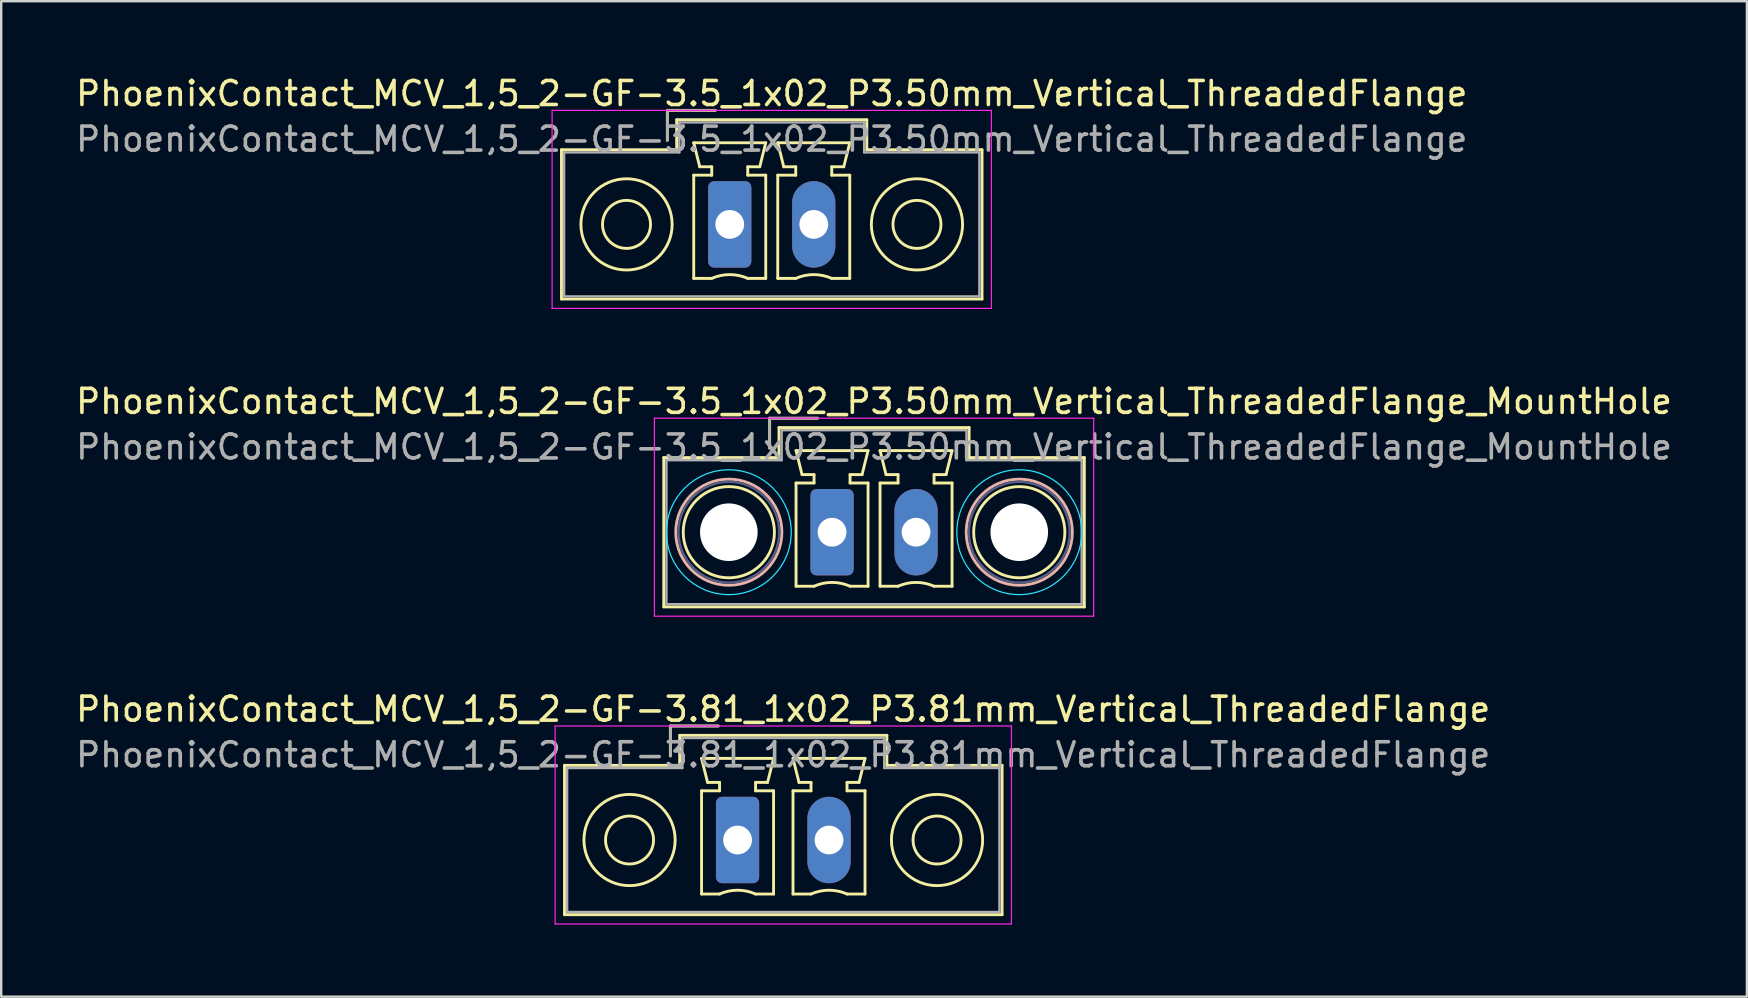
<source format=kicad_pcb>
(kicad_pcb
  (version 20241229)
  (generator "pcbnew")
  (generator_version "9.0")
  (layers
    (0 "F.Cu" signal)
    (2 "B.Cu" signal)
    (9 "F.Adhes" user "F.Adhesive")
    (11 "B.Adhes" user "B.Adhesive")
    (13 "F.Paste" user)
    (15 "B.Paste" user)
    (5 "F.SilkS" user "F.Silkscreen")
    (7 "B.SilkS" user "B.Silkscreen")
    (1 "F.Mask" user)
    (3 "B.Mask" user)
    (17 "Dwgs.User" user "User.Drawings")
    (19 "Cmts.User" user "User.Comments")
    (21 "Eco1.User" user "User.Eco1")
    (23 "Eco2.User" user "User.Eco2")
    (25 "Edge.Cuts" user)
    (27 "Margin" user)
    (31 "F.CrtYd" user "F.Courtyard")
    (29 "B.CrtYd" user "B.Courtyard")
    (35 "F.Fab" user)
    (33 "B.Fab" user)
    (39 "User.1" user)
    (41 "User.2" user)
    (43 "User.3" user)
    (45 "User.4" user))
  (footprint "PhoenixContact_MCV_1,5_2-GF-3.5_1x02_P3.50mm_Vertical_ThreadedFlange_MountHole"
    (layer "F.Cu")
    (at 31.613 19.122)
    (property "Reference" "PhoenixContact_MCV_1,5_2-GF-3.5_1x02_P3.50mm_Vertical_ThreadedFlange_MountHole" (at 1.75 -5.45 0) (layer "F.SilkS") (effects (font (size 1 1) (thickness 0.15))))
    (attr through_hole)
    (fp_line (start -7.01 -3.11) (end -7.01 3.11) (stroke (width 0.12) (type solid)) (layer "F.SilkS"))
    (fp_line (start -7.01 3.11) (end 10.51 3.11) (stroke (width 0.12) (type solid)) (layer "F.SilkS"))
    (fp_line (start -2.6 -4.75) (end -0.6 -4.75) (stroke (width 0.12) (type solid)) (layer "F.SilkS"))
    (fp_line (start -2.6 -3.5) (end -2.6 -4.75) (stroke (width 0.12) (type solid)) (layer "F.SilkS"))
    (fp_line (start -2.21 -4.36) (end -2.21 -3.11) (stroke (width 0.12) (type solid)) (layer "F.SilkS"))
    (fp_line (start -2.21 -3.11) (end -7.01 -3.11) (stroke (width 0.12) (type solid)) (layer "F.SilkS"))
    (fp_line (start -1.5 -3.4) (end 1.5 -3.4) (stroke (width 0.12) (type solid)) (layer "F.SilkS"))
    (fp_line (start -1.5 -2.05) (end -0.75 -2.05) (stroke (width 0.12) (type solid)) (layer "F.SilkS"))
    (fp_line (start -1.5 2.25) (end -1.5 -2.05) (stroke (width 0.12) (type solid)) (layer "F.SilkS"))
    (fp_line (start -1.25 -2.4) (end -1.5 -3.4) (stroke (width 0.12) (type solid)) (layer "F.SilkS"))
    (fp_line (start -0.75 -2.4) (end -1.25 -2.4) (stroke (width 0.12) (type solid)) (layer "F.SilkS"))
    (fp_line (start -0.75 -2.05) (end -0.75 -2.4) (stroke (width 0.12) (type solid)) (layer "F.SilkS"))
    (fp_line (start -0.75 2.25) (end -1.5 2.25) (stroke (width 0.12) (type solid)) (layer "F.SilkS"))
    (fp_line (start 0.75 -2.4) (end 0.75 -2.05) (stroke (width 0.12) (type solid)) (layer "F.SilkS"))
    (fp_line (start 0.75 -2.05) (end 1.5 -2.05) (stroke (width 0.12) (type solid)) (layer "F.SilkS"))
    (fp_line (start 1.25 -2.4) (end 0.75 -2.4) (stroke (width 0.12) (type solid)) (layer "F.SilkS"))
    (fp_line (start 1.5 -3.4) (end 1.25 -2.4) (stroke (width 0.12) (type solid)) (layer "F.SilkS"))
    (fp_line (start 1.5 -2.05) (end 1.5 2.25) (stroke (width 0.12) (type solid)) (layer "F.SilkS"))
    (fp_line (start 1.5 2.25) (end 0.75 2.25) (stroke (width 0.12) (type solid)) (layer "F.SilkS"))
    (fp_line (start 2 -3.4) (end 5 -3.4) (stroke (width 0.12) (type solid)) (layer "F.SilkS"))
    (fp_line (start 2 -2.05) (end 2.75 -2.05) (stroke (width 0.12) (type solid)) (layer "F.SilkS"))
    (fp_line (start 2 2.25) (end 2 -2.05) (stroke (width 0.12) (type solid)) (layer "F.SilkS"))
    (fp_line (start 2.25 -2.4) (end 2 -3.4) (stroke (width 0.12) (type solid)) (layer "F.SilkS"))
    (fp_line (start 2.75 -2.4) (end 2.25 -2.4) (stroke (width 0.12) (type solid)) (layer "F.SilkS"))
    (fp_line (start 2.75 -2.05) (end 2.75 -2.4) (stroke (width 0.12) (type solid)) (layer "F.SilkS"))
    (fp_line (start 2.75 2.25) (end 2 2.25) (stroke (width 0.12) (type solid)) (layer "F.SilkS"))
    (fp_line (start 4.25 -2.4) (end 4.25 -2.05) (stroke (width 0.12) (type solid)) (layer "F.SilkS"))
    (fp_line (start 4.25 -2.05) (end 5 -2.05) (stroke (width 0.12) (type solid)) (layer "F.SilkS"))
    (fp_line (start 4.75 -2.4) (end 4.25 -2.4) (stroke (width 0.12) (type solid)) (layer "F.SilkS"))
    (fp_line (start 5 -3.4) (end 4.75 -2.4) (stroke (width 0.12) (type solid)) (layer "F.SilkS"))
    (fp_line (start 5 -2.05) (end 5 2.25) (stroke (width 0.12) (type solid)) (layer "F.SilkS"))
    (fp_line (start 5 2.25) (end 4.25 2.25) (stroke (width 0.12) (type solid)) (layer "F.SilkS"))
    (fp_line (start 5.71 -4.36) (end -2.21 -4.36) (stroke (width 0.12) (type solid)) (layer "F.SilkS"))
    (fp_line (start 5.71 -3.11) (end 5.71 -4.36) (stroke (width 0.12) (type solid)) (layer "F.SilkS"))
    (fp_line (start 10.51 -3.11) (end 5.71 -3.11) (stroke (width 0.12) (type solid)) (layer "F.SilkS"))
    (fp_line (start 10.51 3.11) (end 10.51 -3.11) (stroke (width 0.12) (type solid)) (layer "F.SilkS"))
    (fp_arc (start -0.75 2.25) (mid -0.000193 2.09191) (end 0.749647 2.249844) (stroke (width 0.12) (type solid)) (layer "F.SilkS"))
    (fp_arc (start 2.75 2.25) (mid 3.499807 2.09191) (end 4.249647 2.249844) (stroke (width 0.12) (type solid)) (layer "F.SilkS"))
    (fp_circle (center -4.3 0) (end -2.4 0) (stroke (width 0.12) (type solid)) (fill no) (layer "F.SilkS"))
    (fp_circle (center 7.8 0) (end 9.7 0) (stroke (width 0.12) (type solid)) (fill no) (layer "F.SilkS"))
    (fp_circle (center -4.3 0) (end -2.09 0) (stroke (width 0.12) (type solid)) (fill no) (layer "B.SilkS"))
    (fp_circle (center 7.8 0) (end 10.01 0) (stroke (width 0.12) (type solid)) (fill no) (layer "B.SilkS"))
    (fp_circle (center -4.3 0) (end -1.7 0) (stroke (width 0.05) (type solid)) (fill no) (layer "B.CrtYd"))
    (fp_circle (center 7.8 0) (end 10.4 0) (stroke (width 0.05) (type solid)) (fill no) (layer "B.CrtYd"))
    (fp_line (start -7.4 -4.75) (end -7.4 3.5) (stroke (width 0.05) (type solid)) (layer "F.CrtYd"))
    (fp_line (start -7.4 3.5) (end 10.9 3.5) (stroke (width 0.05) (type solid)) (layer "F.CrtYd"))
    (fp_line (start 10.9 -4.75) (end -7.4 -4.75) (stroke (width 0.05) (type solid)) (layer "F.CrtYd"))
    (fp_line (start 10.9 3.5) (end 10.9 -4.75) (stroke (width 0.05) (type solid)) (layer "F.CrtYd"))
    (fp_circle (center -4.3 0) (end -2.2 0) (stroke (width 0.1) (type solid)) (fill no) (layer "B.Fab"))
    (fp_circle (center 7.8 0) (end 9.9 0) (stroke (width 0.1) (type solid)) (fill no) (layer "B.Fab"))
    (fp_line (start -6.9 -3) (end -6.9 3) (stroke (width 0.1) (type solid)) (layer "F.Fab"))
    (fp_line (start -6.9 3) (end 10.4 3) (stroke (width 0.1) (type solid)) (layer "F.Fab"))
    (fp_line (start -2.6 -4.75) (end -0.6 -4.75) (stroke (width 0.1) (type solid)) (layer "F.Fab"))
    (fp_line (start -2.6 -3.5) (end -2.6 -4.75) (stroke (width 0.1) (type solid)) (layer "F.Fab"))
    (fp_line (start -2.1 -4.25) (end -2.1 -3) (stroke (width 0.1) (type solid)) (layer "F.Fab"))
    (fp_line (start -2.1 -3) (end -6.9 -3) (stroke (width 0.1) (type solid)) (layer "F.Fab"))
    (fp_line (start 5.6 -4.25) (end -2.1 -4.25) (stroke (width 0.1) (type solid)) (layer "F.Fab"))
    (fp_line (start 5.6 -3) (end 5.6 -4.25) (stroke (width 0.1) (type solid)) (layer "F.Fab"))
    (fp_line (start 10.4 -3) (end 5.6 -3) (stroke (width 0.1) (type solid)) (layer "F.Fab"))
    (fp_line (start 10.4 3) (end 10.4 -3) (stroke (width 0.1) (type solid)) (layer "F.Fab"))
    (fp_text user "${REFERENCE}" (at 1.75 -3.55 0) (layer "F.Fab") (effects (font (size 1 1) (thickness 0.15))))
    (pad "" np_thru_hole circle (at -4.3 0) (size 2.4 2.4) (drill 2.4) (layers "*.Cu" "*.Mask"))
    (pad "" np_thru_hole circle (at 7.8 0) (size 2.4 2.4) (drill 2.4) (layers "*.Cu" "*.Mask"))
    (pad "1" thru_hole roundrect (at 0 0) (size 1.8 3.6) (drill 1.2) (layers "*.Cu" "*.Mask") (roundrect_rratio 0.139))
    (pad "2" thru_hole oval (at 3.5 0) (size 1.8 3.6) (drill 1.2) (layers "*.Cu" "*.Mask")))
  (footprint "PhoenixContact_MCV_1,5_2-GF-3.81_1x02_P3.81mm_Vertical_ThreadedFlange"
    (layer "F.Cu")
    (at 27.677 31.945)
    (property "Reference" "PhoenixContact_MCV_1,5_2-GF-3.81_1x02_P3.81mm_Vertical_ThreadedFlange" (at 1.9 -5.45 0) (layer "F.SilkS") (effects (font (size 1 1) (thickness 0.15))))
    (attr through_hole)
    (fp_line (start -7.21 -3.11) (end -7.21 3.11) (stroke (width 0.12) (type solid)) (layer "F.SilkS"))
    (fp_line (start -7.21 3.11) (end 11.02 3.11) (stroke (width 0.12) (type solid)) (layer "F.SilkS"))
    (fp_line (start -2.8 -4.75) (end -0.8 -4.75) (stroke (width 0.12) (type solid)) (layer "F.SilkS"))
    (fp_line (start -2.8 -3.5) (end -2.8 -4.75) (stroke (width 0.12) (type solid)) (layer "F.SilkS"))
    (fp_line (start -2.41 -4.36) (end -2.41 -3.11) (stroke (width 0.12) (type solid)) (layer "F.SilkS"))
    (fp_line (start -2.41 -3.11) (end -7.21 -3.11) (stroke (width 0.12) (type solid)) (layer "F.SilkS"))
    (fp_line (start -1.5 -3.4) (end 1.5 -3.4) (stroke (width 0.12) (type solid)) (layer "F.SilkS"))
    (fp_line (start -1.5 -2.05) (end -0.75 -2.05) (stroke (width 0.12) (type solid)) (layer "F.SilkS"))
    (fp_line (start -1.5 2.25) (end -1.5 -2.05) (stroke (width 0.12) (type solid)) (layer "F.SilkS"))
    (fp_line (start -1.25 -2.4) (end -1.5 -3.4) (stroke (width 0.12) (type solid)) (layer "F.SilkS"))
    (fp_line (start -0.75 -2.4) (end -1.25 -2.4) (stroke (width 0.12) (type solid)) (layer "F.SilkS"))
    (fp_line (start -0.75 -2.05) (end -0.75 -2.4) (stroke (width 0.12) (type solid)) (layer "F.SilkS"))
    (fp_line (start -0.75 2.25) (end -1.5 2.25) (stroke (width 0.12) (type solid)) (layer "F.SilkS"))
    (fp_line (start 0.75 -2.4) (end 0.75 -2.05) (stroke (width 0.12) (type solid)) (layer "F.SilkS"))
    (fp_line (start 0.75 -2.05) (end 1.5 -2.05) (stroke (width 0.12) (type solid)) (layer "F.SilkS"))
    (fp_line (start 1.25 -2.4) (end 0.75 -2.4) (stroke (width 0.12) (type solid)) (layer "F.SilkS"))
    (fp_line (start 1.5 -3.4) (end 1.25 -2.4) (stroke (width 0.12) (type solid)) (layer "F.SilkS"))
    (fp_line (start 1.5 -2.05) (end 1.5 2.25) (stroke (width 0.12) (type solid)) (layer "F.SilkS"))
    (fp_line (start 1.5 2.25) (end 0.75 2.25) (stroke (width 0.12) (type solid)) (layer "F.SilkS"))
    (fp_line (start 2.31 -3.4) (end 5.31 -3.4) (stroke (width 0.12) (type solid)) (layer "F.SilkS"))
    (fp_line (start 2.31 -2.05) (end 3.06 -2.05) (stroke (width 0.12) (type solid)) (layer "F.SilkS"))
    (fp_line (start 2.31 2.25) (end 2.31 -2.05) (stroke (width 0.12) (type solid)) (layer "F.SilkS"))
    (fp_line (start 2.56 -2.4) (end 2.31 -3.4) (stroke (width 0.12) (type solid)) (layer "F.SilkS"))
    (fp_line (start 3.06 -2.4) (end 2.56 -2.4) (stroke (width 0.12) (type solid)) (layer "F.SilkS"))
    (fp_line (start 3.06 -2.05) (end 3.06 -2.4) (stroke (width 0.12) (type solid)) (layer "F.SilkS"))
    (fp_line (start 3.06 2.25) (end 2.31 2.25) (stroke (width 0.12) (type solid)) (layer "F.SilkS"))
    (fp_line (start 4.56 -2.4) (end 4.56 -2.05) (stroke (width 0.12) (type solid)) (layer "F.SilkS"))
    (fp_line (start 4.56 -2.05) (end 5.31 -2.05) (stroke (width 0.12) (type solid)) (layer "F.SilkS"))
    (fp_line (start 5.06 -2.4) (end 4.56 -2.4) (stroke (width 0.12) (type solid)) (layer "F.SilkS"))
    (fp_line (start 5.31 -3.4) (end 5.06 -2.4) (stroke (width 0.12) (type solid)) (layer "F.SilkS"))
    (fp_line (start 5.31 -2.05) (end 5.31 2.25) (stroke (width 0.12) (type solid)) (layer "F.SilkS"))
    (fp_line (start 5.31 2.25) (end 4.56 2.25) (stroke (width 0.12) (type solid)) (layer "F.SilkS"))
    (fp_line (start 6.22 -4.36) (end -2.41 -4.36) (stroke (width 0.12) (type solid)) (layer "F.SilkS"))
    (fp_line (start 6.22 -3.11) (end 6.22 -4.36) (stroke (width 0.12) (type solid)) (layer "F.SilkS"))
    (fp_line (start 11.02 -3.11) (end 6.22 -3.11) (stroke (width 0.12) (type solid)) (layer "F.SilkS"))
    (fp_line (start 11.02 3.11) (end 11.02 -3.11) (stroke (width 0.12) (type solid)) (layer "F.SilkS"))
    (fp_arc (start -0.75 2.25) (mid -0.000193 2.09191) (end 0.749647 2.249844) (stroke (width 0.12) (type solid)) (layer "F.SilkS"))
    (fp_arc (start 3.06 2.25) (mid 3.809807 2.09191) (end 4.559647 2.249844) (stroke (width 0.12) (type solid)) (layer "F.SilkS"))
    (fp_circle (center -4.5 0) (end -3.5 0) (stroke (width 0.12) (type solid)) (fill no) (layer "F.SilkS"))
    (fp_circle (center -4.5 0) (end -2.6 0) (stroke (width 0.12) (type solid)) (fill no) (layer "F.SilkS"))
    (fp_circle (center 8.31 0) (end 9.31 0) (stroke (width 0.12) (type solid)) (fill no) (layer "F.SilkS"))
    (fp_circle (center 8.31 0) (end 10.21 0) (stroke (width 0.12) (type solid)) (fill no) (layer "F.SilkS"))
    (fp_line (start -7.6 -4.75) (end -7.6 3.5) (stroke (width 0.05) (type solid)) (layer "F.CrtYd"))
    (fp_line (start -7.6 3.5) (end 11.41 3.5) (stroke (width 0.05) (type solid)) (layer "F.CrtYd"))
    (fp_line (start 11.41 -4.75) (end -7.6 -4.75) (stroke (width 0.05) (type solid)) (layer "F.CrtYd"))
    (fp_line (start 11.41 3.5) (end 11.41 -4.75) (stroke (width 0.05) (type solid)) (layer "F.CrtYd"))
    (fp_line (start -7.1 -3) (end -7.1 3) (stroke (width 0.1) (type solid)) (layer "F.Fab"))
    (fp_line (start -7.1 3) (end 10.91 3) (stroke (width 0.1) (type solid)) (layer "F.Fab"))
    (fp_line (start -2.8 -4.75) (end -0.8 -4.75) (stroke (width 0.1) (type solid)) (layer "F.Fab"))
    (fp_line (start -2.8 -3.5) (end -2.8 -4.75) (stroke (width 0.1) (type solid)) (layer "F.Fab"))
    (fp_line (start -2.3 -4.25) (end -2.3 -3) (stroke (width 0.1) (type solid)) (layer "F.Fab"))
    (fp_line (start -2.3 -3) (end -7.1 -3) (stroke (width 0.1) (type solid)) (layer "F.Fab"))
    (fp_line (start 6.11 -4.25) (end -2.3 -4.25) (stroke (width 0.1) (type solid)) (layer "F.Fab"))
    (fp_line (start 6.11 -3) (end 6.11 -4.25) (stroke (width 0.1) (type solid)) (layer "F.Fab"))
    (fp_line (start 10.91 -3) (end 6.11 -3) (stroke (width 0.1) (type solid)) (layer "F.Fab"))
    (fp_line (start 10.91 3) (end 10.91 -3) (stroke (width 0.1) (type solid)) (layer "F.Fab"))
    (fp_text user "${REFERENCE}" (at 1.9 -3.55 0) (layer "F.Fab") (effects (font (size 1 1) (thickness 0.15))))
    (pad "1" thru_hole roundrect (at 0 0) (size 1.8 3.6) (drill 1.2) (layers "*.Cu" "*.Mask") (roundrect_rratio 0.139))
    (pad "2" thru_hole oval (at 3.81 0) (size 1.8 3.6) (drill 1.2) (layers "*.Cu" "*.Mask")))
  (footprint "PhoenixContact_MCV_1,5_2-GF-3.5_1x02_P3.50mm_Vertical_ThreadedFlange"
    (layer "F.Cu")
    (at 27.351 6.298)
    (property "Reference" "PhoenixContact_MCV_1,5_2-GF-3.5_1x02_P3.50mm_Vertical_ThreadedFlange" (at 1.75 -5.45 0) (layer "F.SilkS") (effects (font (size 1 1) (thickness 0.15))))
    (attr through_hole)
    (fp_line (start -7.01 -3.11) (end -7.01 3.11) (stroke (width 0.12) (type solid)) (layer "F.SilkS"))
    (fp_line (start -7.01 3.11) (end 10.51 3.11) (stroke (width 0.12) (type solid)) (layer "F.SilkS"))
    (fp_line (start -2.6 -4.75) (end -0.6 -4.75) (stroke (width 0.12) (type solid)) (layer "F.SilkS"))
    (fp_line (start -2.6 -3.5) (end -2.6 -4.75) (stroke (width 0.12) (type solid)) (layer "F.SilkS"))
    (fp_line (start -2.21 -4.36) (end -2.21 -3.11) (stroke (width 0.12) (type solid)) (layer "F.SilkS"))
    (fp_line (start -2.21 -3.11) (end -7.01 -3.11) (stroke (width 0.12) (type solid)) (layer "F.SilkS"))
    (fp_line (start -1.5 -3.4) (end 1.5 -3.4) (stroke (width 0.12) (type solid)) (layer "F.SilkS"))
    (fp_line (start -1.5 -2.05) (end -0.75 -2.05) (stroke (width 0.12) (type solid)) (layer "F.SilkS"))
    (fp_line (start -1.5 2.25) (end -1.5 -2.05) (stroke (width 0.12) (type solid)) (layer "F.SilkS"))
    (fp_line (start -1.25 -2.4) (end -1.5 -3.4) (stroke (width 0.12) (type solid)) (layer "F.SilkS"))
    (fp_line (start -0.75 -2.4) (end -1.25 -2.4) (stroke (width 0.12) (type solid)) (layer "F.SilkS"))
    (fp_line (start -0.75 -2.05) (end -0.75 -2.4) (stroke (width 0.12) (type solid)) (layer "F.SilkS"))
    (fp_line (start -0.75 2.25) (end -1.5 2.25) (stroke (width 0.12) (type solid)) (layer "F.SilkS"))
    (fp_line (start 0.75 -2.4) (end 0.75 -2.05) (stroke (width 0.12) (type solid)) (layer "F.SilkS"))
    (fp_line (start 0.75 -2.05) (end 1.5 -2.05) (stroke (width 0.12) (type solid)) (layer "F.SilkS"))
    (fp_line (start 1.25 -2.4) (end 0.75 -2.4) (stroke (width 0.12) (type solid)) (layer "F.SilkS"))
    (fp_line (start 1.5 -3.4) (end 1.25 -2.4) (stroke (width 0.12) (type solid)) (layer "F.SilkS"))
    (fp_line (start 1.5 -2.05) (end 1.5 2.25) (stroke (width 0.12) (type solid)) (layer "F.SilkS"))
    (fp_line (start 1.5 2.25) (end 0.75 2.25) (stroke (width 0.12) (type solid)) (layer "F.SilkS"))
    (fp_line (start 2 -3.4) (end 5 -3.4) (stroke (width 0.12) (type solid)) (layer "F.SilkS"))
    (fp_line (start 2 -2.05) (end 2.75 -2.05) (stroke (width 0.12) (type solid)) (layer "F.SilkS"))
    (fp_line (start 2 2.25) (end 2 -2.05) (stroke (width 0.12) (type solid)) (layer "F.SilkS"))
    (fp_line (start 2.25 -2.4) (end 2 -3.4) (stroke (width 0.12) (type solid)) (layer "F.SilkS"))
    (fp_line (start 2.75 -2.4) (end 2.25 -2.4) (stroke (width 0.12) (type solid)) (layer "F.SilkS"))
    (fp_line (start 2.75 -2.05) (end 2.75 -2.4) (stroke (width 0.12) (type solid)) (layer "F.SilkS"))
    (fp_line (start 2.75 2.25) (end 2 2.25) (stroke (width 0.12) (type solid)) (layer "F.SilkS"))
    (fp_line (start 4.25 -2.4) (end 4.25 -2.05) (stroke (width 0.12) (type solid)) (layer "F.SilkS"))
    (fp_line (start 4.25 -2.05) (end 5 -2.05) (stroke (width 0.12) (type solid)) (layer "F.SilkS"))
    (fp_line (start 4.75 -2.4) (end 4.25 -2.4) (stroke (width 0.12) (type solid)) (layer "F.SilkS"))
    (fp_line (start 5 -3.4) (end 4.75 -2.4) (stroke (width 0.12) (type solid)) (layer "F.SilkS"))
    (fp_line (start 5 -2.05) (end 5 2.25) (stroke (width 0.12) (type solid)) (layer "F.SilkS"))
    (fp_line (start 5 2.25) (end 4.25 2.25) (stroke (width 0.12) (type solid)) (layer "F.SilkS"))
    (fp_line (start 5.71 -4.36) (end -2.21 -4.36) (stroke (width 0.12) (type solid)) (layer "F.SilkS"))
    (fp_line (start 5.71 -3.11) (end 5.71 -4.36) (stroke (width 0.12) (type solid)) (layer "F.SilkS"))
    (fp_line (start 10.51 -3.11) (end 5.71 -3.11) (stroke (width 0.12) (type solid)) (layer "F.SilkS"))
    (fp_line (start 10.51 3.11) (end 10.51 -3.11) (stroke (width 0.12) (type solid)) (layer "F.SilkS"))
    (fp_arc (start -0.75 2.25) (mid -0.000193 2.09191) (end 0.749647 2.249844) (stroke (width 0.12) (type solid)) (layer "F.SilkS"))
    (fp_arc (start 2.75 2.25) (mid 3.499807 2.09191) (end 4.249647 2.249844) (stroke (width 0.12) (type solid)) (layer "F.SilkS"))
    (fp_circle (center -4.3 0) (end -3.3 0) (stroke (width 0.12) (type solid)) (fill no) (layer "F.SilkS"))
    (fp_circle (center -4.3 0) (end -2.4 0) (stroke (width 0.12) (type solid)) (fill no) (layer "F.SilkS"))
    (fp_circle (center 7.8 0) (end 8.8 0) (stroke (width 0.12) (type solid)) (fill no) (layer "F.SilkS"))
    (fp_circle (center 7.8 0) (end 9.7 0) (stroke (width 0.12) (type solid)) (fill no) (layer "F.SilkS"))
    (fp_line (start -7.4 -4.75) (end -7.4 3.5) (stroke (width 0.05) (type solid)) (layer "F.CrtYd"))
    (fp_line (start -7.4 3.5) (end 10.9 3.5) (stroke (width 0.05) (type solid)) (layer "F.CrtYd"))
    (fp_line (start 10.9 -4.75) (end -7.4 -4.75) (stroke (width 0.05) (type solid)) (layer "F.CrtYd"))
    (fp_line (start 10.9 3.5) (end 10.9 -4.75) (stroke (width 0.05) (type solid)) (layer "F.CrtYd"))
    (fp_line (start -6.9 -3) (end -6.9 3) (stroke (width 0.1) (type solid)) (layer "F.Fab"))
    (fp_line (start -6.9 3) (end 10.4 3) (stroke (width 0.1) (type solid)) (layer "F.Fab"))
    (fp_line (start -2.6 -4.75) (end -0.6 -4.75) (stroke (width 0.1) (type solid)) (layer "F.Fab"))
    (fp_line (start -2.6 -3.5) (end -2.6 -4.75) (stroke (width 0.1) (type solid)) (layer "F.Fab"))
    (fp_line (start -2.1 -4.25) (end -2.1 -3) (stroke (width 0.1) (type solid)) (layer "F.Fab"))
    (fp_line (start -2.1 -3) (end -6.9 -3) (stroke (width 0.1) (type solid)) (layer "F.Fab"))
    (fp_line (start 5.6 -4.25) (end -2.1 -4.25) (stroke (width 0.1) (type solid)) (layer "F.Fab"))
    (fp_line (start 5.6 -3) (end 5.6 -4.25) (stroke (width 0.1) (type solid)) (layer "F.Fab"))
    (fp_line (start 10.4 -3) (end 5.6 -3) (stroke (width 0.1) (type solid)) (layer "F.Fab"))
    (fp_line (start 10.4 3) (end 10.4 -3) (stroke (width 0.1) (type solid)) (layer "F.Fab"))
    (fp_text user "${REFERENCE}" (at 1.75 -3.55 0) (layer "F.Fab") (effects (font (size 1 1) (thickness 0.15))))
    (pad "1" thru_hole roundrect (at 0 0) (size 1.8 3.6) (drill 1.2) (layers "*.Cu" "*.Mask") (roundrect_rratio 0.139))
    (pad "2" thru_hole oval (at 3.5 0) (size 1.8 3.6) (drill 1.2) (layers "*.Cu" "*.Mask")))
  (gr_rect
    (start -3 -3)
    (end 69.726 38.47)
    (stroke (width 0.1) (type default))
    (fill no)
    (layer "Edge.Cuts")))
</source>
